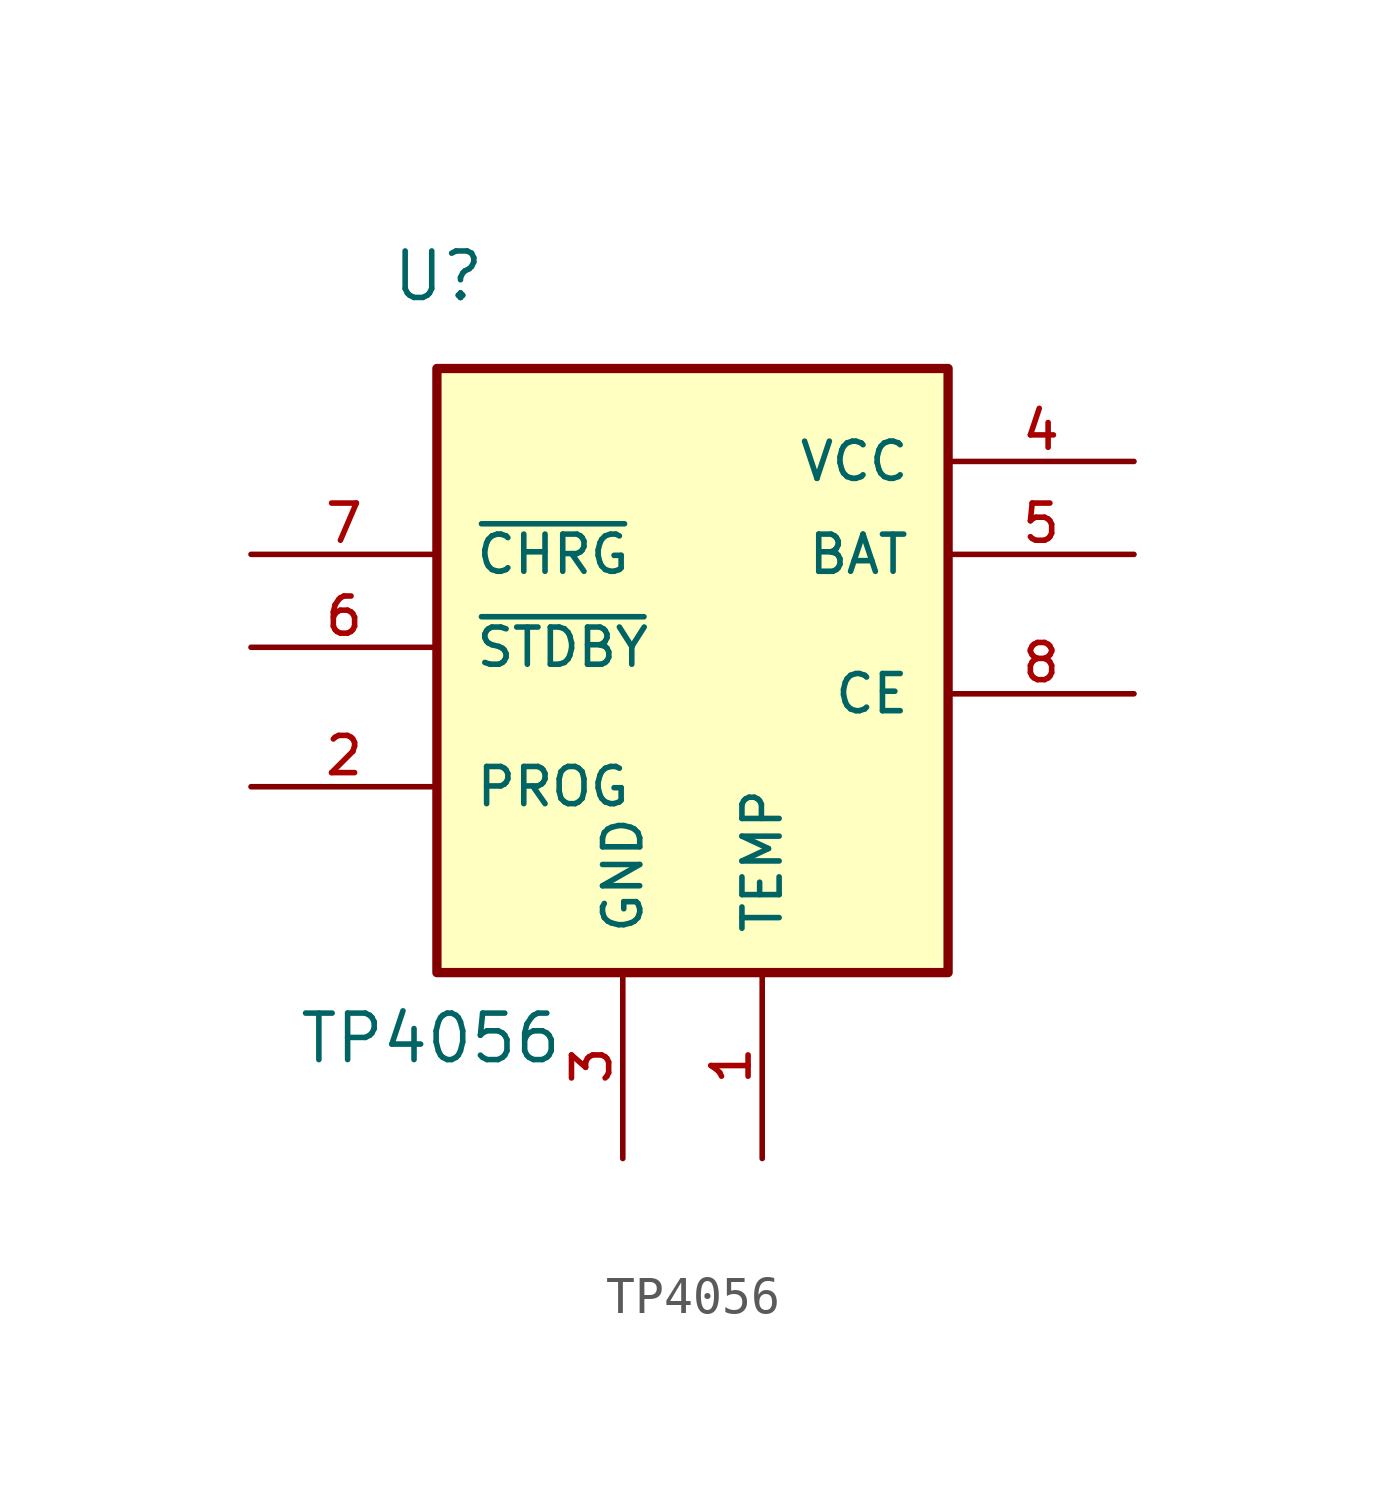
<source format=kicad_sym>
(kicad_symbol_lib
  (version 20220914)
  (generator kicad_symbol_editor)
  (symbol "TP4056"
    (pin_names
      (offset 1.016))
    (property "Reference" "U"
      (at -10.16 13.208 0)
      (effects (font (size 1.27 1.27)) (justify left bottom)))
    (property "Value" "TP4056"
      (at -12.7 -7.62 0)
      (effects (font (size 1.27 1.27)) (justify left bottom)))
    (symbol "TP4056_0_0"
      (rectangle (start -8.89 11.43) (end 5.08 -5.08) (stroke (width 0.254) (type default)) (fill (type background)))
      (pin input line (at 0 -10.16 90) (length 5.08) (name "TEMP" (effects (font (size 1.016 1.016)))) (number "1" (effects (font (size 1.016 1.016)))))
      (pin bidirectional line (at -13.97 0 0) (length 5.08) (name "PROG" (effects (font (size 1.016 1.016)))) (number "2" (effects (font (size 1.016 1.016)))))
      (pin power_in line (at -3.81 -10.16 90) (length 5.08) (name "GND" (effects (font (size 1.016 1.016)))) (number "3" (effects (font (size 1.016 1.016)))))
      (pin power_in line (at 10.16 8.89 180) (length 5.08) (name "VCC" (effects (font (size 1.016 1.016)))) (number "4" (effects (font (size 1.016 1.016)))))
      (pin output line (at 10.16 6.35 180) (length 5.08) (name "BAT" (effects (font (size 1.016 1.016)))) (number "5" (effects (font (size 1.016 1.016)))))
      (pin output line (at -13.97 3.81 0) (length 5.08) (name "~{STDBY}" (effects (font (size 1.016 1.016)))) (number "6" (effects (font (size 1.016 1.016)))))
      (pin output line (at -13.97 6.35 0) (length 5.08) (name "~{CHRG}" (effects (font (size 1.016 1.016)))) (number "7" (effects (font (size 1.016 1.016)))))
      (pin input line (at 10.16 2.54 180) (length 5.08) (name "CE" (effects (font (size 1.016 1.016)))) (number "8" (effects (font (size 1.016 1.016))))))))
</source>
